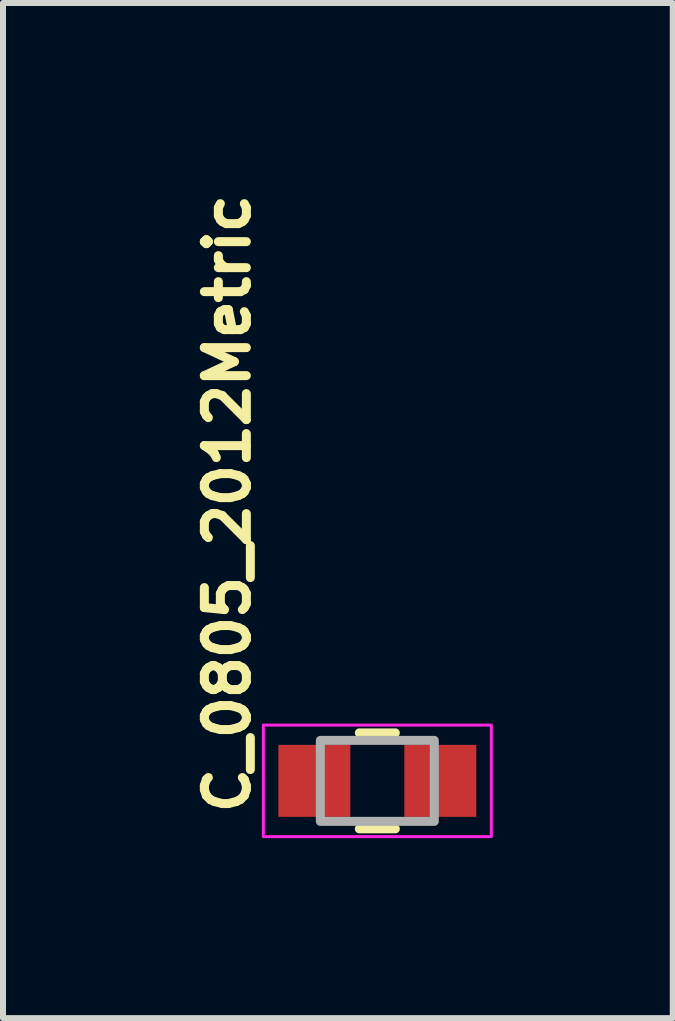
<source format=kicad_pcb>
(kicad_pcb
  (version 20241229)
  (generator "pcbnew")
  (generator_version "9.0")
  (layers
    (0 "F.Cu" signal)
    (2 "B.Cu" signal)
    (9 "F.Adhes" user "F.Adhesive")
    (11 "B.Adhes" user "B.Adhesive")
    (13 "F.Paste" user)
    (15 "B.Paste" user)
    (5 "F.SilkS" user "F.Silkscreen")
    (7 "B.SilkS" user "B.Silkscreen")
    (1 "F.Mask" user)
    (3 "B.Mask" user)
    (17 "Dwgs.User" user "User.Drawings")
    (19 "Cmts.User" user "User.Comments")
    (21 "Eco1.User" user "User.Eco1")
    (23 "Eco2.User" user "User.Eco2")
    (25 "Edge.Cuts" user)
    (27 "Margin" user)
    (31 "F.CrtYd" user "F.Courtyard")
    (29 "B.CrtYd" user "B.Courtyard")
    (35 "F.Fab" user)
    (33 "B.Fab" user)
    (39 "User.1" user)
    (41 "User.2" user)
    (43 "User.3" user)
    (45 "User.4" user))
  (footprint "C_0805_2012Metric"
    (layer "F.Cu")
    (at 3.24 9.967)
    (property "Reference" "C_0805_2012Metric" (at -2.09 0.61 270) (layer "F.SilkS") (effects (font (size 0.7 0.7) (thickness 0.15)) (justify left bottom)))
    (attr smd)
    (fp_line (start -0.3 -0.8) (end 0.3 -0.8) (stroke (width 0.15) (type solid)) (layer "F.SilkS"))
    (fp_line (start -0.3 0.8) (end 0.3 0.8) (stroke (width 0.15) (type solid)) (layer "F.SilkS"))
    (fp_rect (start -1.9 -0.93) (end 1.9 0.93) (stroke (width 0.05) (type solid)) (fill no) (layer "F.CrtYd"))
    (fp_rect (start -0.95 -0.675) (end 0.95 0.675) (stroke (width 0.15) (type solid)) (fill no) (layer "F.Fab"))
    (fp_rect (start -1 -0.624) (end 1 0.624) (stroke (width 0.1) (type solid)) (fill no) (layer "User.5"))
    (fp_line (start -1 -0.62) (end -1 -0.619) (stroke (width 0.02) (type solid)) (layer "User.9"))
    (fp_line (start -1 -0.619) (end -1 -0.619) (stroke (width 0.02) (type solid)) (layer "User.9"))
    (fp_line (start -1 -0.619) (end -1 -0.618) (stroke (width 0.02) (type solid)) (layer "User.9"))
    (fp_line (start -1 -0.618) (end -1 -0.618) (stroke (width 0.02) (type solid)) (layer "User.9"))
    (fp_line (start -1 -0.618) (end -1 -0.618) (stroke (width 0.02) (type solid)) (layer "User.9"))
    (fp_line (start -1 -0.618) (end -1 -0.617) (stroke (width 0.02) (type solid)) (layer "User.9"))
    (fp_line (start -1 -0.617) (end -1 -0.617) (stroke (width 0.02) (type solid)) (layer "User.9"))
    (fp_line (start -1 -0.617) (end -1 -0.616) (stroke (width 0.02) (type solid)) (layer "User.9"))
    (fp_line (start -1 -0.616) (end -1 -0.615) (stroke (width 0.02) (type solid)) (layer "User.9"))
    (fp_line (start -1 -0.615) (end -1 -0.615) (stroke (width 0.02) (type solid)) (layer "User.9"))
    (fp_line (start -1 -0.615) (end -1 -0.615) (stroke (width 0.02) (type solid)) (layer "User.9"))
    (fp_line (start -1 -0.615) (end -1 -0.614) (stroke (width 0.02) (type solid)) (layer "User.9"))
    (fp_line (start -1 -0.615) (end -1 0.613) (stroke (width 0.02) (type solid)) (layer "User.9"))
    (fp_line (start -1 -0.614) (end -1 -0.614) (stroke (width 0.02) (type solid)) (layer "User.9"))
    (fp_line (start -1 -0.614) (end -1 -0.613) (stroke (width 0.02) (type solid)) (layer "User.9"))
    (fp_line (start -1 -0.613) (end -1 -0.613) (stroke (width 0.02) (type solid)) (layer "User.9"))
    (fp_line (start -1 -0.613) (end -1 -0.613) (stroke (width 0.02) (type solid)) (layer "User.9"))
    (fp_line (start -1 -0.613) (end -1 -0.612) (stroke (width 0.02) (type solid)) (layer "User.9"))
    (fp_line (start -1 -0.612) (end -1 -0.612) (stroke (width 0.02) (type solid)) (layer "User.9"))
    (fp_line (start -1 -0.612) (end -1 -0.611) (stroke (width 0.02) (type solid)) (layer "User.9"))
    (fp_line (start -1 -0.611) (end -0.999 -0.611) (stroke (width 0.02) (type solid)) (layer "User.9"))
    (fp_line (start -1 0.609) (end -1 0.61) (stroke (width 0.02) (type solid)) (layer "User.9"))
    (fp_line (start -1 0.61) (end -1 0.61) (stroke (width 0.02) (type solid)) (layer "User.9"))
    (fp_line (start -1 0.61) (end -1 0.611) (stroke (width 0.02) (type solid)) (layer "User.9"))
    (fp_line (start -1 0.611) (end -1 0.611) (stroke (width 0.02) (type solid)) (layer "User.9"))
    (fp_line (start -1 0.611) (end -1 0.611) (stroke (width 0.02) (type solid)) (layer "User.9"))
    (fp_line (start -1 0.611) (end -1 0.612) (stroke (width 0.02) (type solid)) (layer "User.9"))
    (fp_line (start -1 0.612) (end -1 0.612) (stroke (width 0.02) (type solid)) (layer "User.9"))
    (fp_line (start -1 0.612) (end -1 0.613) (stroke (width 0.02) (type solid)) (layer "User.9"))
    (fp_line (start -1 0.613) (end -1 0.613) (stroke (width 0.02) (type solid)) (layer "User.9"))
    (fp_line (start -1 0.613) (end -1 0.613) (stroke (width 0.02) (type solid)) (layer "User.9"))
    (fp_line (start -1 0.613) (end -1 0.614) (stroke (width 0.02) (type solid)) (layer "User.9"))
    (fp_line (start -1 0.614) (end -1 0.615) (stroke (width 0.02) (type solid)) (layer "User.9"))
    (fp_line (start -1 0.615) (end -1 0.615) (stroke (width 0.02) (type solid)) (layer "User.9"))
    (fp_line (start -1 0.615) (end -1 0.616) (stroke (width 0.02) (type solid)) (layer "User.9"))
    (fp_line (start -1 0.616) (end -1 0.616) (stroke (width 0.02) (type solid)) (layer "User.9"))
    (fp_line (start -1 0.616) (end -1 0.616) (stroke (width 0.02) (type solid)) (layer "User.9"))
    (fp_line (start -1 0.616) (end -1 0.617) (stroke (width 0.02) (type solid)) (layer "User.9"))
    (fp_line (start -1 0.617) (end -1 0.617) (stroke (width 0.02) (type solid)) (layer "User.9"))
    (fp_line (start -1 0.617) (end -1 0.618) (stroke (width 0.02) (type solid)) (layer "User.9"))
    (fp_line (start -1 0.618) (end -0.999 0.618) (stroke (width 0.02) (type solid)) (layer "User.9"))
    (fp_line (start -0.999 -0.621) (end -0.999 -0.621) (stroke (width 0.02) (type solid)) (layer "User.9"))
    (fp_line (start -0.999 -0.621) (end -0.999 -0.621) (stroke (width 0.02) (type solid)) (layer "User.9"))
    (fp_line (start -0.999 -0.621) (end -0.999 -0.62) (stroke (width 0.02) (type solid)) (layer "User.9"))
    (fp_line (start -0.999 -0.62) (end -1 -0.62) (stroke (width 0.02) (type solid)) (layer "User.9"))
    (fp_line (start -0.999 -0.611) (end -0.999 -0.61) (stroke (width 0.02) (type solid)) (layer "User.9"))
    (fp_line (start -0.999 -0.61) (end -0.999 -0.61) (stroke (width 0.02) (type solid)) (layer "User.9"))
    (fp_line (start -0.999 -0.61) (end -0.999 -0.61) (stroke (width 0.02) (type solid)) (layer "User.9"))
    (fp_line (start -0.999 -0.61) (end -0.998 -0.609) (stroke (width 0.02) (type solid)) (layer "User.9"))
    (fp_line (start -0.999 0.608) (end -0.999 0.608) (stroke (width 0.02) (type solid)) (layer "User.9"))
    (fp_line (start -0.999 0.608) (end -0.999 0.608) (stroke (width 0.02) (type solid)) (layer "User.9"))
    (fp_line (start -0.999 0.608) (end -0.999 0.609) (stroke (width 0.02) (type solid)) (layer "User.9"))
    (fp_line (start -0.999 0.609) (end -1 0.609) (stroke (width 0.02) (type solid)) (layer "User.9"))
    (fp_line (start -0.999 0.618) (end -0.999 0.619) (stroke (width 0.02) (type solid)) (layer "User.9"))
    (fp_line (start -0.999 0.619) (end -0.999 0.619) (stroke (width 0.02) (type solid)) (layer "User.9"))
    (fp_line (start -0.999 0.619) (end -0.999 0.619) (stroke (width 0.02) (type solid)) (layer "User.9"))
    (fp_line (start -0.999 0.619) (end -0.998 0.62) (stroke (width 0.02) (type solid)) (layer "User.9"))
    (fp_line (start -0.998 -0.623) (end -0.998 -0.622) (stroke (width 0.02) (type solid)) (layer "User.9"))
    (fp_line (start -0.998 -0.622) (end -0.999 -0.621) (stroke (width 0.02) (type solid)) (layer "User.9"))
    (fp_line (start -0.998 -0.622) (end -0.998 -0.622) (stroke (width 0.02) (type solid)) (layer "User.9"))
    (fp_line (start -0.998 -0.609) (end -0.998 -0.609) (stroke (width 0.02) (type solid)) (layer "User.9"))
    (fp_line (start -0.998 -0.609) (end -0.998 -0.608) (stroke (width 0.02) (type solid)) (layer "User.9"))
    (fp_line (start -0.998 -0.608) (end -0.997 -0.608) (stroke (width 0.02) (type solid)) (layer "User.9"))
    (fp_line (start -0.998 0.606) (end -0.998 0.607) (stroke (width 0.02) (type solid)) (layer "User.9"))
    (fp_line (start -0.998 0.607) (end -0.999 0.608) (stroke (width 0.02) (type solid)) (layer "User.9"))
    (fp_line (start -0.998 0.607) (end -0.998 0.607) (stroke (width 0.02) (type solid)) (layer "User.9"))
    (fp_line (start -0.998 0.62) (end -0.998 0.62) (stroke (width 0.02) (type solid)) (layer "User.9"))
    (fp_line (start -0.998 0.62) (end -0.998 0.621) (stroke (width 0.02) (type solid)) (layer "User.9"))
    (fp_line (start -0.998 0.621) (end -0.997 0.621) (stroke (width 0.02) (type solid)) (layer "User.9"))
    (fp_line (start -0.997 -0.623) (end -0.998 -0.623) (stroke (width 0.02) (type solid)) (layer "User.9"))
    (fp_line (start -0.997 -0.623) (end -0.997 -0.623) (stroke (width 0.02) (type solid)) (layer "User.9"))
    (fp_line (start -0.997 -0.608) (end -0.997 -0.608) (stroke (width 0.02) (type solid)) (layer "User.9"))
    (fp_line (start -0.997 -0.608) (end -0.996 -0.607) (stroke (width 0.02) (type solid)) (layer "User.9"))
    (fp_line (start -0.997 0.606) (end -0.998 0.606) (stroke (width 0.02) (type solid)) (layer "User.9"))
    (fp_line (start -0.997 0.606) (end -0.997 0.606) (stroke (width 0.02) (type solid)) (layer "User.9"))
    (fp_line (start -0.997 0.621) (end -0.997 0.621) (stroke (width 0.02) (type solid)) (layer "User.9"))
    (fp_line (start -0.997 0.621) (end -0.996 0.622) (stroke (width 0.02) (type solid)) (layer "User.9"))
    (fp_line (start -0.996 -0.624) (end -0.997 -0.623) (stroke (width 0.02) (type solid)) (layer "User.9"))
    (fp_line (start -0.996 -0.624) (end -0.996 -0.624) (stroke (width 0.02) (type solid)) (layer "User.9"))
    (fp_line (start -0.996 -0.624) (end -0.996 -0.624) (stroke (width 0.02) (type solid)) (layer "User.9"))
    (fp_line (start -0.996 -0.607) (end -0.996 -0.607) (stroke (width 0.02) (type solid)) (layer "User.9"))
    (fp_line (start -0.996 -0.607) (end -0.996 -0.607) (stroke (width 0.02) (type solid)) (layer "User.9"))
    (fp_line (start -0.996 -0.607) (end -0.995 -0.607) (stroke (width 0.02) (type solid)) (layer "User.9"))
    (fp_line (start -0.996 0.605) (end -0.997 0.606) (stroke (width 0.02) (type solid)) (layer "User.9"))
    (fp_line (start -0.996 0.605) (end -0.996 0.605) (stroke (width 0.02) (type solid)) (layer "User.9"))
    (fp_line (start -0.996 0.605) (end -0.996 0.605) (stroke (width 0.02) (type solid)) (layer "User.9"))
    (fp_line (start -0.996 0.622) (end -0.996 0.622) (stroke (width 0.02) (type solid)) (layer "User.9"))
    (fp_line (start -0.996 0.622) (end -0.996 0.622) (stroke (width 0.02) (type solid)) (layer "User.9"))
    (fp_line (start -0.996 0.622) (end -0.995 0.622) (stroke (width 0.02) (type solid)) (layer "User.9"))
    (fp_line (start -0.995 -0.625) (end -0.995 -0.624) (stroke (width 0.02) (type solid)) (layer "User.9"))
    (fp_line (start -0.995 -0.624) (end -0.996 -0.624) (stroke (width 0.02) (type solid)) (layer "User.9"))
    (fp_line (start -0.995 -0.607) (end -0.995 -0.606) (stroke (width 0.02) (type solid)) (layer "User.9"))
    (fp_line (start -0.995 -0.606) (end -0.994 -0.606) (stroke (width 0.02) (type solid)) (layer "User.9"))
    (fp_line (start -0.995 0.604) (end -0.995 0.605) (stroke (width 0.02) (type solid)) (layer "User.9"))
    (fp_line (start -0.995 0.605) (end -0.996 0.605) (stroke (width 0.02) (type solid)) (layer "User.9"))
    (fp_line (start -0.995 0.622) (end -0.995 0.623) (stroke (width 0.02) (type solid)) (layer "User.9"))
    (fp_line (start -0.995 0.623) (end -0.994 0.623) (stroke (width 0.02) (type solid)) (layer "User.9"))
    (fp_line (start -0.994 -0.625) (end -0.995 -0.625) (stroke (width 0.02) (type solid)) (layer "User.9"))
    (fp_line (start -0.994 -0.625) (end -0.994 -0.625) (stroke (width 0.02) (type solid)) (layer "User.9"))
    (fp_line (start -0.994 -0.606) (end -0.994 -0.606) (stroke (width 0.02) (type solid)) (layer "User.9"))
    (fp_line (start -0.994 -0.606) (end -0.993 -0.606) (stroke (width 0.02) (type solid)) (layer "User.9"))
    (fp_line (start -0.994 0.604) (end -0.995 0.604) (stroke (width 0.02) (type solid)) (layer "User.9"))
    (fp_line (start -0.994 0.604) (end -0.994 0.604) (stroke (width 0.02) (type solid)) (layer "User.9"))
    (fp_line (start -0.994 0.623) (end -0.994 0.623) (stroke (width 0.02) (type solid)) (layer "User.9"))
    (fp_line (start -0.994 0.623) (end -0.993 0.623) (stroke (width 0.02) (type solid)) (layer "User.9"))
    (fp_line (start -0.993 -0.625) (end -0.994 -0.625) (stroke (width 0.02) (type solid)) (layer "User.9"))
    (fp_line (start -0.993 -0.625) (end -0.993 -0.625) (stroke (width 0.02) (type solid)) (layer "User.9"))
    (fp_line (start -0.993 -0.625) (end -0.993 -0.625) (stroke (width 0.02) (type solid)) (layer "User.9"))
    (fp_line (start -0.993 -0.606) (end -0.993 -0.606) (stroke (width 0.02) (type solid)) (layer "User.9"))
    (fp_line (start -0.993 -0.606) (end -0.993 -0.606) (stroke (width 0.02) (type solid)) (layer "User.9"))
    (fp_line (start -0.993 -0.606) (end -0.992 -0.606) (stroke (width 0.02) (type solid)) (layer "User.9"))
    (fp_line (start -0.993 0.604) (end -0.994 0.604) (stroke (width 0.02) (type solid)) (layer "User.9"))
    (fp_line (start -0.993 0.604) (end -0.993 0.604) (stroke (width 0.02) (type solid)) (layer "User.9"))
    (fp_line (start -0.993 0.604) (end -0.993 0.604) (stroke (width 0.02) (type solid)) (layer "User.9"))
    (fp_line (start -0.993 0.623) (end -0.993 0.623) (stroke (width 0.02) (type solid)) (layer "User.9"))
    (fp_line (start -0.993 0.623) (end -0.993 0.623) (stroke (width 0.02) (type solid)) (layer "User.9"))
    (fp_line (start -0.993 0.623) (end -0.992 0.623) (stroke (width 0.02) (type solid)) (layer "User.9"))
    (fp_line (start -0.992 -0.625) (end -0.993 -0.625) (stroke (width 0.02) (type solid)) (layer "User.9"))
    (fp_line (start -0.992 -0.625) (end -0.992 -0.625) (stroke (width 0.02) (type solid)) (layer "User.9"))
    (fp_line (start -0.992 -0.606) (end -0.992 -0.606) (stroke (width 0.02) (type solid)) (layer "User.9"))
    (fp_line (start -0.992 -0.606) (end -0.991 -0.606) (stroke (width 0.02) (type solid)) (layer "User.9"))
    (fp_line (start -0.992 0.604) (end -0.993 0.604) (stroke (width 0.02) (type solid)) (layer "User.9"))
    (fp_line (start -0.992 0.604) (end -0.992 0.604) (stroke (width 0.02) (type solid)) (layer "User.9"))
    (fp_line (start -0.992 0.623) (end -0.992 0.623) (stroke (width 0.02) (type solid)) (layer "User.9"))
    (fp_line (start -0.992 0.623) (end -0.991 0.623) (stroke (width 0.02) (type solid)) (layer "User.9"))
    (fp_line (start -0.991 -0.625) (end -0.992 -0.625) (stroke (width 0.02) (type solid)) (layer "User.9"))
    (fp_line (start -0.991 -0.606) (end -0.99 -0.605) (stroke (width 0.02) (type solid)) (layer "User.9"))
    (fp_line (start -0.991 0.604) (end -0.992 0.604) (stroke (width 0.02) (type solid)) (layer "User.9"))
    (fp_line (start -0.991 0.623) (end -0.99 0.623) (stroke (width 0.02) (type solid)) (layer "User.9"))
    (fp_line (start -0.99 -0.625) (end -0.991 -0.625) (stroke (width 0.02) (type solid)) (layer "User.9"))
    (fp_line (start -0.99 -0.625) (end -0.99 -0.625) (stroke (width 0.02) (type solid)) (layer "User.9"))
    (fp_line (start -0.99 -0.625) (end -0.99 -0.625) (stroke (width 0.02) (type solid)) (layer "User.9"))
    (fp_line (start -0.99 -0.606) (end -0.989 -0.606) (stroke (width 0.02) (type solid)) (layer "User.9"))
    (fp_line (start -0.99 -0.605) (end -0.99 -0.606) (stroke (width 0.02) (type solid)) (layer "User.9"))
    (fp_line (start -0.99 -0.605) (end -0.99 -0.605) (stroke (width 0.02) (type solid)) (layer "User.9"))
    (fp_line (start -0.99 0.604) (end -0.991 0.604) (stroke (width 0.02) (type solid)) (layer "User.9"))
    (fp_line (start -0.99 0.604) (end -0.99 0.604) (stroke (width 0.02) (type solid)) (layer "User.9"))
    (fp_line (start -0.99 0.604) (end -0.99 0.604) (stroke (width 0.02) (type solid)) (layer "User.9"))
    (fp_line (start -0.99 0.623) (end -0.99 0.623) (stroke (width 0.02) (type solid)) (layer "User.9"))
    (fp_line (start -0.99 0.623) (end -0.99 0.623) (stroke (width 0.02) (type solid)) (layer "User.9"))
    (fp_line (start -0.99 0.623) (end -0.989 0.623) (stroke (width 0.02) (type solid)) (layer "User.9"))
    (fp_line (start -0.99 0.623) (end -0.5 0.623) (stroke (width 0.02) (type solid)) (layer "User.9"))
    (fp_line (start -0.989 -0.625) (end -0.99 -0.625) (stroke (width 0.02) (type solid)) (layer "User.9"))
    (fp_line (start -0.989 -0.625) (end -0.989 -0.625) (stroke (width 0.02) (type solid)) (layer "User.9"))
    (fp_line (start -0.989 -0.606) (end -0.989 -0.606) (stroke (width 0.02) (type solid)) (layer "User.9"))
    (fp_line (start -0.989 -0.606) (end -0.988 -0.606) (stroke (width 0.02) (type solid)) (layer "User.9"))
    (fp_line (start -0.989 0.604) (end -0.99 0.604) (stroke (width 0.02) (type solid)) (layer "User.9"))
    (fp_line (start -0.989 0.604) (end -0.989 0.604) (stroke (width 0.02) (type solid)) (layer "User.9"))
    (fp_line (start -0.989 0.623) (end -0.989 0.623) (stroke (width 0.02) (type solid)) (layer "User.9"))
    (fp_line (start -0.989 0.623) (end -0.988 0.623) (stroke (width 0.02) (type solid)) (layer "User.9"))
    (fp_line (start -0.988 -0.625) (end -0.989 -0.625) (stroke (width 0.02) (type solid)) (layer "User.9"))
    (fp_line (start -0.988 -0.625) (end -0.988 -0.625) (stroke (width 0.02) (type solid)) (layer "User.9"))
    (fp_line (start -0.988 -0.625) (end -0.988 -0.625) (stroke (width 0.02) (type solid)) (layer "User.9"))
    (fp_line (start -0.988 -0.606) (end -0.988 -0.606) (stroke (width 0.02) (type solid)) (layer "User.9"))
    (fp_line (start -0.988 -0.606) (end -0.988 -0.606) (stroke (width 0.02) (type solid)) (layer "User.9"))
    (fp_line (start -0.988 -0.606) (end -0.987 -0.606) (stroke (width 0.02) (type solid)) (layer "User.9"))
    (fp_line (start -0.988 0.604) (end -0.989 0.604) (stroke (width 0.02) (type solid)) (layer "User.9"))
    (fp_line (start -0.988 0.604) (end -0.988 0.604) (stroke (width 0.02) (type solid)) (layer "User.9"))
    (fp_line (start -0.988 0.604) (end -0.988 0.604) (stroke (width 0.02) (type solid)) (layer "User.9"))
    (fp_line (start -0.988 0.623) (end -0.988 0.623) (stroke (width 0.02) (type solid)) (layer "User.9"))
    (fp_line (start -0.988 0.623) (end -0.988 0.623) (stroke (width 0.02) (type solid)) (layer "User.9"))
    (fp_line (start -0.988 0.623) (end -0.987 0.623) (stroke (width 0.02) (type solid)) (layer "User.9"))
    (fp_line (start -0.987 -0.625) (end -0.988 -0.625) (stroke (width 0.02) (type solid)) (layer "User.9"))
    (fp_line (start -0.987 -0.625) (end -0.987 -0.625) (stroke (width 0.02) (type solid)) (layer "User.9"))
    (fp_line (start -0.987 -0.606) (end -0.987 -0.606) (stroke (width 0.02) (type solid)) (layer "User.9"))
    (fp_line (start -0.987 -0.606) (end -0.986 -0.606) (stroke (width 0.02) (type solid)) (layer "User.9"))
    (fp_line (start -0.987 0.604) (end -0.988 0.604) (stroke (width 0.02) (type solid)) (layer "User.9"))
    (fp_line (start -0.987 0.604) (end -0.987 0.604) (stroke (width 0.02) (type solid)) (layer "User.9"))
    (fp_line (start -0.987 0.623) (end -0.987 0.623) (stroke (width 0.02) (type solid)) (layer "User.9"))
    (fp_line (start -0.987 0.623) (end -0.986 0.623) (stroke (width 0.02) (type solid)) (layer "User.9"))
    (fp_line (start -0.986 -0.625) (end -0.987 -0.625) (stroke (width 0.02) (type solid)) (layer "User.9"))
    (fp_line (start -0.986 -0.624) (end -0.986 -0.625) (stroke (width 0.02) (type solid)) (layer "User.9"))
    (fp_line (start -0.986 -0.607) (end -0.985 -0.607) (stroke (width 0.02) (type solid)) (layer "User.9"))
    (fp_line (start -0.986 -0.606) (end -0.986 -0.607) (stroke (width 0.02) (type solid)) (layer "User.9"))
    (fp_line (start -0.986 0.604) (end -0.987 0.604) (stroke (width 0.02) (type solid)) (layer "User.9"))
    (fp_line (start -0.986 0.605) (end -0.986 0.604) (stroke (width 0.02) (type solid)) (layer "User.9"))
    (fp_line (start -0.986 0.622) (end -0.985 0.622) (stroke (width 0.02) (type solid)) (layer "User.9"))
    (fp_line (start -0.986 0.623) (end -0.986 0.622) (stroke (width 0.02) (type solid)) (layer "User.9"))
    (fp_line (start -0.985 -0.624) (end -0.986 -0.624) (stroke (width 0.02) (type solid)) (layer "User.9"))
    (fp_line (start -0.985 -0.624) (end -0.985 -0.624) (stroke (width 0.02) (type solid)) (layer "User.9"))
    (fp_line (start -0.985 -0.624) (end -0.985 -0.624) (stroke (width 0.02) (type solid)) (layer "User.9"))
    (fp_line (start -0.985 -0.607) (end -0.985 -0.607) (stroke (width 0.02) (type solid)) (layer "User.9"))
    (fp_line (start -0.985 -0.607) (end -0.985 -0.607) (stroke (width 0.02) (type solid)) (layer "User.9"))
    (fp_line (start -0.985 -0.607) (end -0.984 -0.608) (stroke (width 0.02) (type solid)) (layer "User.9"))
    (fp_line (start -0.985 0.605) (end -0.986 0.605) (stroke (width 0.02) (type solid)) (layer "User.9"))
    (fp_line (start -0.985 0.605) (end -0.985 0.605) (stroke (width 0.02) (type solid)) (layer "User.9"))
    (fp_line (start -0.985 0.605) (end -0.985 0.605) (stroke (width 0.02) (type solid)) (layer "User.9"))
    (fp_line (start -0.985 0.622) (end -0.985 0.622) (stroke (width 0.02) (type solid)) (layer "User.9"))
    (fp_line (start -0.985 0.622) (end -0.985 0.622) (stroke (width 0.02) (type solid)) (layer "User.9"))
    (fp_line (start -0.985 0.622) (end -0.984 0.621) (stroke (width 0.02) (type solid)) (layer "User.9"))
    (fp_line (start -0.984 -0.623) (end -0.985 -0.624) (stroke (width 0.02) (type solid)) (layer "User.9"))
    (fp_line (start -0.984 -0.623) (end -0.984 -0.623) (stroke (width 0.02) (type solid)) (layer "User.9"))
    (fp_line (start -0.984 -0.608) (end -0.984 -0.608) (stroke (width 0.02) (type solid)) (layer "User.9"))
    (fp_line (start -0.984 -0.608) (end -0.983 -0.608) (stroke (width 0.02) (type solid)) (layer "User.9"))
    (fp_line (start -0.984 0.606) (end -0.985 0.605) (stroke (width 0.02) (type solid)) (layer "User.9"))
    (fp_line (start -0.984 0.606) (end -0.984 0.606) (stroke (width 0.02) (type solid)) (layer "User.9"))
    (fp_line (start -0.984 0.621) (end -0.984 0.621) (stroke (width 0.02) (type solid)) (layer "User.9"))
    (fp_line (start -0.984 0.621) (end -0.983 0.621) (stroke (width 0.02) (type solid)) (layer "User.9"))
    (fp_line (start -0.983 -0.623) (end -0.984 -0.623) (stroke (width 0.02) (type solid)) (layer "User.9"))
    (fp_line (start -0.983 -0.622) (end -0.983 -0.623) (stroke (width 0.02) (type solid)) (layer "User.9"))
    (fp_line (start -0.983 -0.622) (end -0.983 -0.622) (stroke (width 0.02) (type solid)) (layer "User.9"))
    (fp_line (start -0.983 -0.609) (end -0.983 -0.609) (stroke (width 0.02) (type solid)) (layer "User.9"))
    (fp_line (start -0.983 -0.609) (end -0.982 -0.61) (stroke (width 0.02) (type solid)) (layer "User.9"))
    (fp_line (start -0.983 -0.608) (end -0.983 -0.609) (stroke (width 0.02) (type solid)) (layer "User.9"))
    (fp_line (start -0.983 0.606) (end -0.984 0.606) (stroke (width 0.02) (type solid)) (layer "User.9"))
    (fp_line (start -0.983 0.607) (end -0.983 0.606) (stroke (width 0.02) (type solid)) (layer "User.9"))
    (fp_line (start -0.983 0.607) (end -0.983 0.607) (stroke (width 0.02) (type solid)) (layer "User.9"))
    (fp_line (start -0.983 0.62) (end -0.983 0.62) (stroke (width 0.02) (type solid)) (layer "User.9"))
    (fp_line (start -0.983 0.62) (end -0.982 0.619) (stroke (width 0.02) (type solid)) (layer "User.9"))
    (fp_line (start -0.983 0.621) (end -0.983 0.62) (stroke (width 0.02) (type solid)) (layer "User.9"))
    (fp_line (start -0.982 -0.621) (end -0.983 -0.622) (stroke (width 0.02) (type solid)) (layer "User.9"))
    (fp_line (start -0.982 -0.621) (end -0.982 -0.621) (stroke (width 0.02) (type solid)) (layer "User.9"))
    (fp_line (start -0.982 -0.621) (end -0.982 -0.621) (stroke (width 0.02) (type solid)) (layer "User.9"))
    (fp_line (start -0.982 -0.62) (end -0.982 -0.621) (stroke (width 0.02) (type solid)) (layer "User.9"))
    (fp_line (start -0.982 -0.611) (end -0.981 -0.611) (stroke (width 0.02) (type solid)) (layer "User.9"))
    (fp_line (start -0.982 -0.61) (end -0.982 -0.611) (stroke (width 0.02) (type solid)) (layer "User.9"))
    (fp_line (start -0.982 -0.61) (end -0.982 -0.61) (stroke (width 0.02) (type solid)) (layer "User.9"))
    (fp_line (start -0.982 -0.61) (end -0.982 -0.61) (stroke (width 0.02) (type solid)) (layer "User.9"))
    (fp_line (start -0.982 0.608) (end -0.983 0.607) (stroke (width 0.02) (type solid)) (layer "User.9"))
    (fp_line (start -0.982 0.608) (end -0.982 0.608) (stroke (width 0.02) (type solid)) (layer "User.9"))
    (fp_line (start -0.982 0.608) (end -0.982 0.608) (stroke (width 0.02) (type solid)) (layer "User.9"))
    (fp_line (start -0.982 0.609) (end -0.982 0.608) (stroke (width 0.02) (type solid)) (layer "User.9"))
    (fp_line (start -0.982 0.618) (end -0.981 0.618) (stroke (width 0.02) (type solid)) (layer "User.9"))
    (fp_line (start -0.982 0.619) (end -0.982 0.618) (stroke (width 0.02) (type solid)) (layer "User.9"))
    (fp_line (start -0.982 0.619) (end -0.982 0.619) (stroke (width 0.02) (type solid)) (layer "User.9"))
    (fp_line (start -0.982 0.619) (end -0.982 0.619) (stroke (width 0.02) (type solid)) (layer "User.9"))
    (fp_line (start -0.981 -0.62) (end -0.982 -0.62) (stroke (width 0.02) (type solid)) (layer "User.9"))
    (fp_line (start -0.981 -0.619) (end -0.981 -0.62) (stroke (width 0.02) (type solid)) (layer "User.9"))
    (fp_line (start -0.981 -0.619) (end -0.981 -0.619) (stroke (width 0.02) (type solid)) (layer "User.9"))
    (fp_line (start -0.981 -0.618) (end -0.981 -0.619) (stroke (width 0.02) (type solid)) (layer "User.9"))
    (fp_line (start -0.981 -0.618) (end -0.981 -0.618) (stroke (width 0.02) (type solid)) (layer "User.9"))
    (fp_line (start -0.981 -0.618) (end -0.981 -0.618) (stroke (width 0.02) (type solid)) (layer "User.9"))
    (fp_line (start -0.981 -0.617) (end -0.981 -0.618) (stroke (width 0.02) (type solid)) (layer "User.9"))
    (fp_line (start -0.981 -0.617) (end -0.981 -0.617) (stroke (width 0.02) (type solid)) (layer "User.9"))
    (fp_line (start -0.981 -0.616) (end -0.981 -0.617) (stroke (width 0.02) (type solid)) (layer "User.9"))
    (fp_line (start -0.981 -0.615) (end -0.98 -0.615) (stroke (width 0.02) (type solid)) (layer "User.9"))
    (fp_line (start -0.981 -0.614) (end -0.981 -0.615) (stroke (width 0.02) (type solid)) (layer "User.9"))
    (fp_line (start -0.981 -0.614) (end -0.981 -0.614) (stroke (width 0.02) (type solid)) (layer "User.9"))
    (fp_line (start -0.981 -0.613) (end -0.981 -0.614) (stroke (width 0.02) (type solid)) (layer "User.9"))
    (fp_line (start -0.981 -0.613) (end -0.981 -0.613) (stroke (width 0.02) (type solid)) (layer "User.9"))
    (fp_line (start -0.981 -0.613) (end -0.981 -0.613) (stroke (width 0.02) (type solid)) (layer "User.9"))
    (fp_line (start -0.981 -0.612) (end -0.981 -0.613) (stroke (width 0.02) (type solid)) (layer "User.9"))
    (fp_line (start -0.981 -0.612) (end -0.981 -0.612) (stroke (width 0.02) (type solid)) (layer "User.9"))
    (fp_line (start -0.981 -0.611) (end -0.981 -0.612) (stroke (width 0.02) (type solid)) (layer "User.9"))
    (fp_line (start -0.981 0.609) (end -0.982 0.609) (stroke (width 0.02) (type solid)) (layer "User.9"))
    (fp_line (start -0.981 0.61) (end -0.981 0.609) (stroke (width 0.02) (type solid)) (layer "User.9"))
    (fp_line (start -0.981 0.61) (end -0.981 0.61) (stroke (width 0.02) (type solid)) (layer "User.9"))
    (fp_line (start -0.981 0.611) (end -0.981 0.61) (stroke (width 0.02) (type solid)) (layer "User.9"))
    (fp_line (start -0.981 0.611) (end -0.981 0.611) (stroke (width 0.02) (type solid)) (layer "User.9"))
    (fp_line (start -0.981 0.611) (end -0.981 0.611) (stroke (width 0.02) (type solid)) (layer "User.9"))
    (fp_line (start -0.981 0.612) (end -0.981 0.611) (stroke (width 0.02) (type solid)) (layer "User.9"))
    (fp_line (start -0.981 0.612) (end -0.981 0.612) (stroke (width 0.02) (type solid)) (layer "User.9"))
    (fp_line (start -0.981 0.613) (end -0.981 0.612) (stroke (width 0.02) (type solid)) (layer "User.9"))
    (fp_line (start -0.981 0.614) (end -0.98 0.613) (stroke (width 0.02) (type solid)) (layer "User.9"))
    (fp_line (start -0.981 0.615) (end -0.981 0.614) (stroke (width 0.02) (type solid)) (layer "User.9"))
    (fp_line (start -0.981 0.615) (end -0.981 0.615) (stroke (width 0.02) (type solid)) (layer "User.9"))
    (fp_line (start -0.981 0.616) (end -0.981 0.615) (stroke (width 0.02) (type solid)) (layer "User.9"))
    (fp_line (start -0.981 0.616) (end -0.981 0.616) (stroke (width 0.02) (type solid)) (layer "User.9"))
    (fp_line (start -0.981 0.616) (end -0.981 0.616) (stroke (width 0.02) (type solid)) (layer "User.9"))
    (fp_line (start -0.981 0.617) (end -0.981 0.616) (stroke (width 0.02) (type solid)) (layer "User.9"))
    (fp_line (start -0.981 0.617) (end -0.981 0.617) (stroke (width 0.02) (type solid)) (layer "User.9"))
    (fp_line (start -0.981 0.618) (end -0.981 0.617) (stroke (width 0.02) (type solid)) (layer "User.9"))
    (fp_line (start -0.98 -0.615) (end -0.981 -0.616) (stroke (width 0.02) (type solid)) (layer "User.9"))
    (fp_line (start -0.98 -0.615) (end -0.98 -0.615) (stroke (width 0.02) (type solid)) (layer "User.9"))
    (fp_line (start -0.98 -0.615) (end -0.98 -0.615) (stroke (width 0.02) (type solid)) (layer "User.9"))
    (fp_line (start -0.98 0.613) (end -0.981 0.613) (stroke (width 0.02) (type solid)) (layer "User.9"))
    (fp_line (start -0.98 0.613) (end -0.98 0.613) (stroke (width 0.02) (type solid)) (layer "User.9"))
    (fp_line (start -0.98 0.613) (end -0.98 0.613) (stroke (width 0.02) (type solid)) (layer "User.9"))
    (fp_line (start -0.5 -0.625) (end -0.99 -0.625) (stroke (width 0.02) (type solid)) (layer "User.9"))
    (fp_line (start -0.5 -0.615) (end -0.5 -0.625) (stroke (width 0.02) (type solid)) (layer "User.9"))
    (fp_line (start -0.5 0.609) (end 0.498 0.609) (stroke (width 0.02) (type solid)) (layer "User.9"))
    (fp_line (start -0.5 0.613) (end -0.5 -0.615) (stroke (width 0.02) (type solid)) (layer "User.9"))
    (fp_line (start -0.5 0.623) (end -0.5 0.613) (stroke (width 0.02) (type solid)) (layer "User.9"))
    (fp_line (start 0.498 -0.625) (end 0.498 -0.615) (stroke (width 0.02) (type solid)) (layer "User.9"))
    (fp_line (start 0.498 -0.615) (end 0.498 0.613) (stroke (width 0.02) (type solid)) (layer "User.9"))
    (fp_line (start 0.498 -0.61) (end -0.5 -0.61) (stroke (width 0.02) (type solid)) (layer "User.9"))
    (fp_line (start 0.498 0.613) (end 0.498 0.623) (stroke (width 0.02) (type solid)) (layer "User.9"))
    (fp_line (start 0.498 0.623) (end 0.988 0.623) (stroke (width 0.02) (type solid)) (layer "User.9"))
    (fp_line (start 0.978 -0.615) (end 0.978 -0.615) (stroke (width 0.02) (type solid)) (layer "User.9"))
    (fp_line (start 0.978 -0.615) (end 0.979 -0.615) (stroke (width 0.02) (type solid)) (layer "User.9"))
    (fp_line (start 0.978 0.613) (end 0.978 0.613) (stroke (width 0.02) (type solid)) (layer "User.9"))
    (fp_line (start 0.978 0.613) (end 0.979 0.614) (stroke (width 0.02) (type solid)) (layer "User.9"))
    (fp_line (start 0.979 -0.62) (end 0.979 -0.619) (stroke (width 0.02) (type solid)) (layer "User.9"))
    (fp_line (start 0.979 -0.619) (end 0.979 -0.619) (stroke (width 0.02) (type solid)) (layer "User.9"))
    (fp_line (start 0.979 -0.619) (end 0.979 -0.618) (stroke (width 0.02) (type solid)) (layer "User.9"))
    (fp_line (start 0.979 -0.618) (end 0.979 -0.618) (stroke (width 0.02) (type solid)) (layer "User.9"))
    (fp_line (start 0.979 -0.618) (end 0.979 -0.618) (stroke (width 0.02) (type solid)) (layer "User.9"))
    (fp_line (start 0.979 -0.618) (end 0.979 -0.617) (stroke (width 0.02) (type solid)) (layer "User.9"))
    (fp_line (start 0.979 -0.617) (end 0.979 -0.617) (stroke (width 0.02) (type solid)) (layer "User.9"))
    (fp_line (start 0.979 -0.617) (end 0.979 -0.616) (stroke (width 0.02) (type solid)) (layer "User.9"))
    (fp_line (start 0.979 -0.616) (end 0.978 -0.615) (stroke (width 0.02) (type solid)) (layer "User.9"))
    (fp_line (start 0.979 -0.615) (end 0.979 -0.614) (stroke (width 0.02) (type solid)) (layer "User.9"))
    (fp_line (start 0.979 -0.614) (end 0.979 -0.614) (stroke (width 0.02) (type solid)) (layer "User.9"))
    (fp_line (start 0.979 -0.614) (end 0.979 -0.613) (stroke (width 0.02) (type solid)) (layer "User.9"))
    (fp_line (start 0.979 -0.613) (end 0.979 -0.613) (stroke (width 0.02) (type solid)) (layer "User.9"))
    (fp_line (start 0.979 -0.613) (end 0.979 -0.613) (stroke (width 0.02) (type solid)) (layer "User.9"))
    (fp_line (start 0.979 -0.613) (end 0.979 -0.612) (stroke (width 0.02) (type solid)) (layer "User.9"))
    (fp_line (start 0.979 -0.612) (end 0.979 -0.612) (stroke (width 0.02) (type solid)) (layer "User.9"))
    (fp_line (start 0.979 -0.612) (end 0.979 -0.611) (stroke (width 0.02) (type solid)) (layer "User.9"))
    (fp_line (start 0.979 -0.611) (end 0.98 -0.611) (stroke (width 0.02) (type solid)) (layer "User.9"))
    (fp_line (start 0.979 0.609) (end 0.979 0.61) (stroke (width 0.02) (type solid)) (layer "User.9"))
    (fp_line (start 0.979 0.61) (end 0.979 0.61) (stroke (width 0.02) (type solid)) (layer "User.9"))
    (fp_line (start 0.979 0.61) (end 0.979 0.611) (stroke (width 0.02) (type solid)) (layer "User.9"))
    (fp_line (start 0.979 0.611) (end 0.979 0.611) (stroke (width 0.02) (type solid)) (layer "User.9"))
    (fp_line (start 0.979 0.611) (end 0.979 0.611) (stroke (width 0.02) (type solid)) (layer "User.9"))
    (fp_line (start 0.979 0.611) (end 0.979 0.612) (stroke (width 0.02) (type solid)) (layer "User.9"))
    (fp_line (start 0.979 0.612) (end 0.979 0.612) (stroke (width 0.02) (type solid)) (layer "User.9"))
    (fp_line (start 0.979 0.612) (end 0.979 0.613) (stroke (width 0.02) (type solid)) (layer "User.9"))
    (fp_line (start 0.979 0.613) (end 0.978 0.613) (stroke (width 0.02) (type solid)) (layer "User.9"))
    (fp_line (start 0.979 0.614) (end 0.979 0.615) (stroke (width 0.02) (type solid)) (layer "User.9"))
    (fp_line (start 0.979 0.615) (end 0.979 0.615) (stroke (width 0.02) (type solid)) (layer "User.9"))
    (fp_line (start 0.979 0.615) (end 0.979 0.616) (stroke (width 0.02) (type solid)) (layer "User.9"))
    (fp_line (start 0.979 0.616) (end 0.979 0.616) (stroke (width 0.02) (type solid)) (layer "User.9"))
    (fp_line (start 0.979 0.616) (end 0.979 0.616) (stroke (width 0.02) (type solid)) (layer "User.9"))
    (fp_line (start 0.979 0.616) (end 0.979 0.617) (stroke (width 0.02) (type solid)) (layer "User.9"))
    (fp_line (start 0.979 0.617) (end 0.979 0.617) (stroke (width 0.02) (type solid)) (layer "User.9"))
    (fp_line (start 0.979 0.617) (end 0.979 0.618) (stroke (width 0.02) (type solid)) (layer "User.9"))
    (fp_line (start 0.979 0.618) (end 0.98 0.618) (stroke (width 0.02) (type solid)) (layer "User.9"))
    (fp_line (start 0.98 -0.621) (end 0.98 -0.621) (stroke (width 0.02) (type solid)) (layer "User.9"))
    (fp_line (start 0.98 -0.621) (end 0.98 -0.621) (stroke (width 0.02) (type solid)) (layer "User.9"))
    (fp_line (start 0.98 -0.621) (end 0.98 -0.62) (stroke (width 0.02) (type solid)) (layer "User.9"))
    (fp_line (start 0.98 -0.62) (end 0.979 -0.62) (stroke (width 0.02) (type solid)) (layer "User.9"))
    (fp_line (start 0.98 -0.611) (end 0.98 -0.61) (stroke (width 0.02) (type solid)) (layer "User.9"))
    (fp_line (start 0.98 -0.61) (end 0.98 -0.61) (stroke (width 0.02) (type solid)) (layer "User.9"))
    (fp_line (start 0.98 -0.61) (end 0.98 -0.61) (stroke (width 0.02) (type solid)) (layer "User.9"))
    (fp_line (start 0.98 -0.61) (end 0.981 -0.609) (stroke (width 0.02) (type solid)) (layer "User.9"))
    (fp_line (start 0.98 0.608) (end 0.98 0.608) (stroke (width 0.02) (type solid)) (layer "User.9"))
    (fp_line (start 0.98 0.608) (end 0.98 0.608) (stroke (width 0.02) (type solid)) (layer "User.9"))
    (fp_line (start 0.98 0.608) (end 0.98 0.609) (stroke (width 0.02) (type solid)) (layer "User.9"))
    (fp_line (start 0.98 0.609) (end 0.979 0.609) (stroke (width 0.02) (type solid)) (layer "User.9"))
    (fp_line (start 0.98 0.618) (end 0.98 0.619) (stroke (width 0.02) (type solid)) (layer "User.9"))
    (fp_line (start 0.98 0.619) (end 0.98 0.619) (stroke (width 0.02) (type solid)) (layer "User.9"))
    (fp_line (start 0.98 0.619) (end 0.98 0.619) (stroke (width 0.02) (type solid)) (layer "User.9"))
    (fp_line (start 0.98 0.619) (end 0.981 0.62) (stroke (width 0.02) (type solid)) (layer "User.9"))
    (fp_line (start 0.981 -0.623) (end 0.981 -0.622) (stroke (width 0.02) (type solid)) (layer "User.9"))
    (fp_line (start 0.981 -0.622) (end 0.98 -0.621) (stroke (width 0.02) (type solid)) (layer "User.9"))
    (fp_line (start 0.981 -0.622) (end 0.981 -0.622) (stroke (width 0.02) (type solid)) (layer "User.9"))
    (fp_line (start 0.981 -0.609) (end 0.981 -0.609) (stroke (width 0.02) (type solid)) (layer "User.9"))
    (fp_line (start 0.981 -0.609) (end 0.981 -0.608) (stroke (width 0.02) (type solid)) (layer "User.9"))
    (fp_line (start 0.981 -0.608) (end 0.982 -0.608) (stroke (width 0.02) (type solid)) (layer "User.9"))
    (fp_line (start 0.981 0.606) (end 0.981 0.607) (stroke (width 0.02) (type solid)) (layer "User.9"))
    (fp_line (start 0.981 0.607) (end 0.98 0.608) (stroke (width 0.02) (type solid)) (layer "User.9"))
    (fp_line (start 0.981 0.607) (end 0.981 0.607) (stroke (width 0.02) (type solid)) (layer "User.9"))
    (fp_line (start 0.981 0.62) (end 0.981 0.62) (stroke (width 0.02) (type solid)) (layer "User.9"))
    (fp_line (start 0.981 0.62) (end 0.981 0.621) (stroke (width 0.02) (type solid)) (layer "User.9"))
    (fp_line (start 0.981 0.621) (end 0.982 0.621) (stroke (width 0.02) (type solid)) (layer "User.9"))
    (fp_line (start 0.982 -0.623) (end 0.981 -0.623) (stroke (width 0.02) (type solid)) (layer "User.9"))
    (fp_line (start 0.982 -0.623) (end 0.982 -0.623) (stroke (width 0.02) (type solid)) (layer "User.9"))
    (fp_line (start 0.982 -0.608) (end 0.982 -0.608) (stroke (width 0.02) (type solid)) (layer "User.9"))
    (fp_line (start 0.982 -0.608) (end 0.983 -0.607) (stroke (width 0.02) (type solid)) (layer "User.9"))
    (fp_line (start 0.982 0.606) (end 0.981 0.606) (stroke (width 0.02) (type solid)) (layer "User.9"))
    (fp_line (start 0.982 0.606) (end 0.982 0.606) (stroke (width 0.02) (type solid)) (layer "User.9"))
    (fp_line (start 0.982 0.621) (end 0.982 0.621) (stroke (width 0.02) (type solid)) (layer "User.9"))
    (fp_line (start 0.982 0.621) (end 0.983 0.622) (stroke (width 0.02) (type solid)) (layer "User.9"))
    (fp_line (start 0.983 -0.624) (end 0.982 -0.623) (stroke (width 0.02) (type solid)) (layer "User.9"))
    (fp_line (start 0.983 -0.624) (end 0.983 -0.624) (stroke (width 0.02) (type solid)) (layer "User.9"))
    (fp_line (start 0.983 -0.624) (end 0.983 -0.624) (stroke (width 0.02) (type solid)) (layer "User.9"))
    (fp_line (start 0.983 -0.607) (end 0.983 -0.607) (stroke (width 0.02) (type solid)) (layer "User.9"))
    (fp_line (start 0.983 -0.607) (end 0.983 -0.607) (stroke (width 0.02) (type solid)) (layer "User.9"))
    (fp_line (start 0.983 -0.607) (end 0.984 -0.607) (stroke (width 0.02) (type solid)) (layer "User.9"))
    (fp_line (start 0.983 0.605) (end 0.982 0.606) (stroke (width 0.02) (type solid)) (layer "User.9"))
    (fp_line (start 0.983 0.605) (end 0.983 0.605) (stroke (width 0.02) (type solid)) (layer "User.9"))
    (fp_line (start 0.983 0.605) (end 0.983 0.605) (stroke (width 0.02) (type solid)) (layer "User.9"))
    (fp_line (start 0.983 0.622) (end 0.983 0.622) (stroke (width 0.02) (type solid)) (layer "User.9"))
    (fp_line (start 0.983 0.622) (end 0.983 0.622) (stroke (width 0.02) (type solid)) (layer "User.9"))
    (fp_line (start 0.983 0.622) (end 0.984 0.622) (stroke (width 0.02) (type solid)) (layer "User.9"))
    (fp_line (start 0.984 -0.625) (end 0.984 -0.624) (stroke (width 0.02) (type solid)) (layer "User.9"))
    (fp_line (start 0.984 -0.624) (end 0.983 -0.624) (stroke (width 0.02) (type solid)) (layer "User.9"))
    (fp_line (start 0.984 -0.607) (end 0.984 -0.606) (stroke (width 0.02) (type solid)) (layer "User.9"))
    (fp_line (start 0.984 -0.606) (end 0.985 -0.606) (stroke (width 0.02) (type solid)) (layer "User.9"))
    (fp_line (start 0.984 0.604) (end 0.984 0.605) (stroke (width 0.02) (type solid)) (layer "User.9"))
    (fp_line (start 0.984 0.605) (end 0.983 0.605) (stroke (width 0.02) (type solid)) (layer "User.9"))
    (fp_line (start 0.984 0.622) (end 0.984 0.623) (stroke (width 0.02) (type solid)) (layer "User.9"))
    (fp_line (start 0.984 0.623) (end 0.985 0.623) (stroke (width 0.02) (type solid)) (layer "User.9"))
    (fp_line (start 0.985 -0.625) (end 0.984 -0.625) (stroke (width 0.02) (type solid)) (layer "User.9"))
    (fp_line (start 0.985 -0.625) (end 0.985 -0.625) (stroke (width 0.02) (type solid)) (layer "User.9"))
    (fp_line (start 0.985 -0.606) (end 0.985 -0.606) (stroke (width 0.02) (type solid)) (layer "User.9"))
    (fp_line (start 0.985 -0.606) (end 0.986 -0.606) (stroke (width 0.02) (type solid)) (layer "User.9"))
    (fp_line (start 0.985 0.604) (end 0.984 0.604) (stroke (width 0.02) (type solid)) (layer "User.9"))
    (fp_line (start 0.985 0.604) (end 0.985 0.604) (stroke (width 0.02) (type solid)) (layer "User.9"))
    (fp_line (start 0.985 0.623) (end 0.985 0.623) (stroke (width 0.02) (type solid)) (layer "User.9"))
    (fp_line (start 0.985 0.623) (end 0.986 0.623) (stroke (width 0.02) (type solid)) (layer "User.9"))
    (fp_line (start 0.986 -0.625) (end 0.985 -0.625) (stroke (width 0.02) (type solid)) (layer "User.9"))
    (fp_line (start 0.986 -0.625) (end 0.986 -0.625) (stroke (width 0.02) (type solid)) (layer "User.9"))
    (fp_line (start 0.986 -0.625) (end 0.986 -0.625) (stroke (width 0.02) (type solid)) (layer "User.9"))
    (fp_line (start 0.986 -0.606) (end 0.986 -0.606) (stroke (width 0.02) (type solid)) (layer "User.9"))
    (fp_line (start 0.986 -0.606) (end 0.986 -0.606) (stroke (width 0.02) (type solid)) (layer "User.9"))
    (fp_line (start 0.986 -0.606) (end 0.987 -0.606) (stroke (width 0.02) (type solid)) (layer "User.9"))
    (fp_line (start 0.986 0.604) (end 0.985 0.604) (stroke (width 0.02) (type solid)) (layer "User.9"))
    (fp_line (start 0.986 0.604) (end 0.986 0.604) (stroke (width 0.02) (type solid)) (layer "User.9"))
    (fp_line (start 0.986 0.604) (end 0.986 0.604) (stroke (width 0.02) (type solid)) (layer "User.9"))
    (fp_line (start 0.986 0.623) (end 0.986 0.623) (stroke (width 0.02) (type solid)) (layer "User.9"))
    (fp_line (start 0.986 0.623) (end 0.986 0.623) (stroke (width 0.02) (type solid)) (layer "User.9"))
    (fp_line (start 0.986 0.623) (end 0.987 0.623) (stroke (width 0.02) (type solid)) (layer "User.9"))
    (fp_line (start 0.987 -0.625) (end 0.986 -0.625) (stroke (width 0.02) (type solid)) (layer "User.9"))
    (fp_line (start 0.987 -0.625) (end 0.987 -0.625) (stroke (width 0.02) (type solid)) (layer "User.9"))
    (fp_line (start 0.987 -0.606) (end 0.987 -0.606) (stroke (width 0.02) (type solid)) (layer "User.9"))
    (fp_line (start 0.987 -0.606) (end 0.988 -0.606) (stroke (width 0.02) (type solid)) (layer "User.9"))
    (fp_line (start 0.987 0.604) (end 0.986 0.604) (stroke (width 0.02) (type solid)) (layer "User.9"))
    (fp_line (start 0.987 0.604) (end 0.987 0.604) (stroke (width 0.02) (type solid)) (layer "User.9"))
    (fp_line (start 0.987 0.623) (end 0.987 0.623) (stroke (width 0.02) (type solid)) (layer "User.9"))
    (fp_line (start 0.987 0.623) (end 0.988 0.623) (stroke (width 0.02) (type solid)) (layer "User.9"))
    (fp_line (start 0.988 -0.625) (end 0.498 -0.625) (stroke (width 0.02) (type solid)) (layer "User.9"))
    (fp_line (start 0.988 -0.625) (end 0.987 -0.625) (stroke (width 0.02) (type solid)) (layer "User.9"))
    (fp_line (start 0.988 -0.625) (end 0.988 -0.625) (stroke (width 0.02) (type solid)) (layer "User.9"))
    (fp_line (start 0.988 -0.625) (end 0.988 -0.625) (stroke (width 0.02) (type solid)) (layer "User.9"))
    (fp_line (start 0.988 -0.606) (end 0.988 -0.605) (stroke (width 0.02) (type solid)) (layer "User.9"))
    (fp_line (start 0.988 -0.605) (end 0.988 -0.605) (stroke (width 0.02) (type solid)) (layer "User.9"))
    (fp_line (start 0.988 -0.605) (end 0.989 -0.606) (stroke (width 0.02) (type solid)) (layer "User.9"))
    (fp_line (start 0.988 0.604) (end 0.987 0.604) (stroke (width 0.02) (type solid)) (layer "User.9"))
    (fp_line (start 0.988 0.604) (end 0.988 0.604) (stroke (width 0.02) (type solid)) (layer "User.9"))
    (fp_line (start 0.988 0.604) (end 0.988 0.604) (stroke (width 0.02) (type solid)) (layer "User.9"))
    (fp_line (start 0.988 0.623) (end 0.988 0.623) (stroke (width 0.02) (type solid)) (layer "User.9"))
    (fp_line (start 0.988 0.623) (end 0.988 0.623) (stroke (width 0.02) (type solid)) (layer "User.9"))
    (fp_line (start 0.988 0.623) (end 0.989 0.623) (stroke (width 0.02) (type solid)) (layer "User.9"))
    (fp_line (start 0.989 -0.625) (end 0.988 -0.625) (stroke (width 0.02) (type solid)) (layer "User.9"))
    (fp_line (start 0.989 -0.606) (end 0.99 -0.606) (stroke (width 0.02) (type solid)) (layer "User.9"))
    (fp_line (start 0.989 0.604) (end 0.988 0.604) (stroke (width 0.02) (type solid)) (layer "User.9"))
    (fp_line (start 0.989 0.623) (end 0.99 0.623) (stroke (width 0.02) (type solid)) (layer "User.9"))
    (fp_line (start 0.99 -0.625) (end 0.989 -0.625) (stroke (width 0.02) (type solid)) (layer "User.9"))
    (fp_line (start 0.99 -0.625) (end 0.99 -0.625) (stroke (width 0.02) (type solid)) (layer "User.9"))
    (fp_line (start 0.99 -0.606) (end 0.99 -0.606) (stroke (width 0.02) (type solid)) (layer "User.9"))
    (fp_line (start 0.99 -0.606) (end 0.991 -0.606) (stroke (width 0.02) (type solid)) (layer "User.9"))
    (fp_line (start 0.99 0.604) (end 0.989 0.604) (stroke (width 0.02) (type solid)) (layer "User.9"))
    (fp_line (start 0.99 0.604) (end 0.99 0.604) (stroke (width 0.02) (type solid)) (layer "User.9"))
    (fp_line (start 0.99 0.623) (end 0.99 0.623) (stroke (width 0.02) (type solid)) (layer "User.9"))
    (fp_line (start 0.99 0.623) (end 0.991 0.623) (stroke (width 0.02) (type solid)) (layer "User.9"))
    (fp_line (start 0.991 -0.625) (end 0.99 -0.625) (stroke (width 0.02) (type solid)) (layer "User.9"))
    (fp_line (start 0.991 -0.625) (end 0.991 -0.625) (stroke (width 0.02) (type solid)) (layer "User.9"))
    (fp_line (start 0.991 -0.625) (end 0.991 -0.625) (stroke (width 0.02) (type solid)) (layer "User.9"))
    (fp_line (start 0.991 -0.606) (end 0.991 -0.606) (stroke (width 0.02) (type solid)) (layer "User.9"))
    (fp_line (start 0.991 -0.606) (end 0.991 -0.606) (stroke (width 0.02) (type solid)) (layer "User.9"))
    (fp_line (start 0.991 -0.606) (end 0.992 -0.606) (stroke (width 0.02) (type solid)) (layer "User.9"))
    (fp_line (start 0.991 0.604) (end 0.99 0.604) (stroke (width 0.02) (type solid)) (layer "User.9"))
    (fp_line (start 0.991 0.604) (end 0.991 0.604) (stroke (width 0.02) (type solid)) (layer "User.9"))
    (fp_line (start 0.991 0.604) (end 0.991 0.604) (stroke (width 0.02) (type solid)) (layer "User.9"))
    (fp_line (start 0.991 0.623) (end 0.991 0.623) (stroke (width 0.02) (type solid)) (layer "User.9"))
    (fp_line (start 0.991 0.623) (end 0.991 0.623) (stroke (width 0.02) (type solid)) (layer "User.9"))
    (fp_line (start 0.991 0.623) (end 0.992 0.623) (stroke (width 0.02) (type solid)) (layer "User.9"))
    (fp_line (start 0.992 -0.625) (end 0.991 -0.625) (stroke (width 0.02) (type solid)) (layer "User.9"))
    (fp_line (start 0.992 -0.625) (end 0.992 -0.625) (stroke (width 0.02) (type solid)) (layer "User.9"))
    (fp_line (start 0.992 -0.606) (end 0.992 -0.606) (stroke (width 0.02) (type solid)) (layer "User.9"))
    (fp_line (start 0.992 -0.606) (end 0.993 -0.606) (stroke (width 0.02) (type solid)) (layer "User.9"))
    (fp_line (start 0.992 0.604) (end 0.991 0.604) (stroke (width 0.02) (type solid)) (layer "User.9"))
    (fp_line (start 0.992 0.604) (end 0.992 0.604) (stroke (width 0.02) (type solid)) (layer "User.9"))
    (fp_line (start 0.992 0.623) (end 0.992 0.623) (stroke (width 0.02) (type solid)) (layer "User.9"))
    (fp_line (start 0.992 0.623) (end 0.993 0.623) (stroke (width 0.02) (type solid)) (layer "User.9"))
    (fp_line (start 0.993 -0.625) (end 0.992 -0.625) (stroke (width 0.02) (type solid)) (layer "User.9"))
    (fp_line (start 0.993 -0.624) (end 0.993 -0.625) (stroke (width 0.02) (type solid)) (layer "User.9"))
    (fp_line (start 0.993 -0.607) (end 0.994 -0.607) (stroke (width 0.02) (type solid)) (layer "User.9"))
    (fp_line (start 0.993 -0.606) (end 0.993 -0.607) (stroke (width 0.02) (type solid)) (layer "User.9"))
    (fp_line (start 0.993 0.604) (end 0.992 0.604) (stroke (width 0.02) (type solid)) (layer "User.9"))
    (fp_line (start 0.993 0.605) (end 0.993 0.604) (stroke (width 0.02) (type solid)) (layer "User.9"))
    (fp_line (start 0.993 0.622) (end 0.994 0.622) (stroke (width 0.02) (type solid)) (layer "User.9"))
    (fp_line (start 0.993 0.623) (end 0.993 0.622) (stroke (width 0.02) (type solid)) (layer "User.9"))
    (fp_line (start 0.994 -0.624) (end 0.993 -0.624) (stroke (width 0.02) (type solid)) (layer "User.9"))
    (fp_line (start 0.994 -0.624) (end 0.994 -0.624) (stroke (width 0.02) (type solid)) (layer "User.9"))
    (fp_line (start 0.994 -0.624) (end 0.994 -0.624) (stroke (width 0.02) (type solid)) (layer "User.9"))
    (fp_line (start 0.994 -0.607) (end 0.994 -0.607) (stroke (width 0.02) (type solid)) (layer "User.9"))
    (fp_line (start 0.994 -0.607) (end 0.994 -0.607) (stroke (width 0.02) (type solid)) (layer "User.9"))
    (fp_line (start 0.994 -0.607) (end 0.995 -0.608) (stroke (width 0.02) (type solid)) (layer "User.9"))
    (fp_line (start 0.994 0.605) (end 0.993 0.605) (stroke (width 0.02) (type solid)) (layer "User.9"))
    (fp_line (start 0.994 0.605) (end 0.994 0.605) (stroke (width 0.02) (type solid)) (layer "User.9"))
    (fp_line (start 0.994 0.605) (end 0.994 0.605) (stroke (width 0.02) (type solid)) (layer "User.9"))
    (fp_line (start 0.994 0.622) (end 0.994 0.622) (stroke (width 0.02) (type solid)) (layer "User.9"))
    (fp_line (start 0.994 0.622) (end 0.994 0.622) (stroke (width 0.02) (type solid)) (layer "User.9"))
    (fp_line (start 0.994 0.622) (end 0.995 0.621) (stroke (width 0.02) (type solid)) (layer "User.9"))
    (fp_line (start 0.995 -0.623) (end 0.994 -0.624) (stroke (width 0.02) (type solid)) (layer "User.9"))
    (fp_line (start 0.995 -0.623) (end 0.995 -0.623) (stroke (width 0.02) (type solid)) (layer "User.9"))
    (fp_line (start 0.995 -0.608) (end 0.995 -0.608) (stroke (width 0.02) (type solid)) (layer "User.9"))
    (fp_line (start 0.995 -0.608) (end 0.996 -0.608) (stroke (width 0.02) (type solid)) (layer "User.9"))
    (fp_line (start 0.995 0.606) (end 0.994 0.605) (stroke (width 0.02) (type solid)) (layer "User.9"))
    (fp_line (start 0.995 0.606) (end 0.995 0.606) (stroke (width 0.02) (type solid)) (layer "User.9"))
    (fp_line (start 0.995 0.621) (end 0.995 0.621) (stroke (width 0.02) (type solid)) (layer "User.9"))
    (fp_line (start 0.995 0.621) (end 0.996 0.621) (stroke (width 0.02) (type solid)) (layer "User.9"))
    (fp_line (start 0.996 -0.623) (end 0.995 -0.623) (stroke (width 0.02) (type solid)) (layer "User.9"))
    (fp_line (start 0.996 -0.622) (end 0.996 -0.623) (stroke (width 0.02) (type solid)) (layer "User.9"))
    (fp_line (start 0.996 -0.622) (end 0.996 -0.622) (stroke (width 0.02) (type solid)) (layer "User.9"))
    (fp_line (start 0.996 -0.609) (end 0.996 -0.609) (stroke (width 0.02) (type solid)) (layer "User.9"))
    (fp_line (start 0.996 -0.609) (end 0.997 -0.61) (stroke (width 0.02) (type solid)) (layer "User.9"))
    (fp_line (start 0.996 -0.608) (end 0.996 -0.609) (stroke (width 0.02) (type solid)) (layer "User.9"))
    (fp_line (start 0.996 0.606) (end 0.995 0.606) (stroke (width 0.02) (type solid)) (layer "User.9"))
    (fp_line (start 0.996 0.607) (end 0.996 0.606) (stroke (width 0.02) (type solid)) (layer "User.9"))
    (fp_line (start 0.996 0.607) (end 0.996 0.607) (stroke (width 0.02) (type solid)) (layer "User.9"))
    (fp_line (start 0.996 0.62) (end 0.996 0.62) (stroke (width 0.02) (type solid)) (layer "User.9"))
    (fp_line (start 0.996 0.62) (end 0.997 0.619) (stroke (width 0.02) (type solid)) (layer "User.9"))
    (fp_line (start 0.996 0.621) (end 0.996 0.62) (stroke (width 0.02) (type solid)) (layer "User.9"))
    (fp_line (start 0.997 -0.621) (end 0.996 -0.622) (stroke (width 0.02) (type solid)) (layer "User.9"))
    (fp_line (start 0.997 -0.621) (end 0.997 -0.621) (stroke (width 0.02) (type solid)) (layer "User.9"))
    (fp_line (start 0.997 -0.621) (end 0.997 -0.621) (stroke (width 0.02) (type solid)) (layer "User.9"))
    (fp_line (start 0.997 -0.62) (end 0.997 -0.621) (stroke (width 0.02) (type solid)) (layer "User.9"))
    (fp_line (start 0.997 -0.611) (end 0.998 -0.611) (stroke (width 0.02) (type solid)) (layer "User.9"))
    (fp_line (start 0.997 -0.61) (end 0.997 -0.611) (stroke (width 0.02) (type solid)) (layer "User.9"))
    (fp_line (start 0.997 -0.61) (end 0.997 -0.61) (stroke (width 0.02) (type solid)) (layer "User.9"))
    (fp_line (start 0.997 -0.61) (end 0.997 -0.61) (stroke (width 0.02) (type solid)) (layer "User.9"))
    (fp_line (start 0.997 0.608) (end 0.996 0.607) (stroke (width 0.02) (type solid)) (layer "User.9"))
    (fp_line (start 0.997 0.608) (end 0.997 0.608) (stroke (width 0.02) (type solid)) (layer "User.9"))
    (fp_line (start 0.997 0.608) (end 0.997 0.608) (stroke (width 0.02) (type solid)) (layer "User.9"))
    (fp_line (start 0.997 0.609) (end 0.997 0.608) (stroke (width 0.02) (type solid)) (layer "User.9"))
    (fp_line (start 0.997 0.618) (end 0.998 0.618) (stroke (width 0.02) (type solid)) (layer "User.9"))
    (fp_line (start 0.997 0.619) (end 0.997 0.618) (stroke (width 0.02) (type solid)) (layer "User.9"))
    (fp_line (start 0.997 0.619) (end 0.997 0.619) (stroke (width 0.02) (type solid)) (layer "User.9"))
    (fp_line (start 0.997 0.619) (end 0.997 0.619) (stroke (width 0.02) (type solid)) (layer "User.9"))
    (fp_line (start 0.998 -0.62) (end 0.997 -0.62) (stroke (width 0.02) (type solid)) (layer "User.9"))
    (fp_line (start 0.998 -0.619) (end 0.998 -0.62) (stroke (width 0.02) (type solid)) (layer "User.9"))
    (fp_line (start 0.998 -0.619) (end 0.998 -0.619) (stroke (width 0.02) (type solid)) (layer "User.9"))
    (fp_line (start 0.998 -0.618) (end 0.998 -0.619) (stroke (width 0.02) (type solid)) (layer "User.9"))
    (fp_line (start 0.998 -0.618) (end 0.998 -0.618) (stroke (width 0.02) (type solid)) (layer "User.9"))
    (fp_line (start 0.998 -0.618) (end 0.998 -0.618) (stroke (width 0.02) (type solid)) (layer "User.9"))
    (fp_line (start 0.998 -0.617) (end 0.998 -0.618) (stroke (width 0.02) (type solid)) (layer "User.9"))
    (fp_line (start 0.998 -0.617) (end 0.998 -0.617) (stroke (width 0.02) (type solid)) (layer "User.9"))
    (fp_line (start 0.998 -0.616) (end 0.998 -0.617) (stroke (width 0.02) (type solid)) (layer "User.9"))
    (fp_line (start 0.998 -0.615) (end 0.998 -0.616) (stroke (width 0.02) (type solid)) (layer "User.9"))
    (fp_line (start 0.998 -0.615) (end 0.998 -0.615) (stroke (width 0.02) (type solid)) (layer "User.9"))
    (fp_line (start 0.998 -0.615) (end 0.998 -0.615) (stroke (width 0.02) (type solid)) (layer "User.9"))
    (fp_line (start 0.998 -0.615) (end 0.998 -0.615) (stroke (width 0.02) (type solid)) (layer "User.9"))
    (fp_line (start 0.998 -0.614) (end 0.998 -0.615) (stroke (width 0.02) (type solid)) (layer "User.9"))
    (fp_line (start 0.998 -0.614) (end 0.998 -0.614) (stroke (width 0.02) (type solid)) (layer "User.9"))
    (fp_line (start 0.998 -0.613) (end 0.998 -0.614) (stroke (width 0.02) (type solid)) (layer "User.9"))
    (fp_line (start 0.998 -0.613) (end 0.998 -0.613) (stroke (width 0.02) (type solid)) (layer "User.9"))
    (fp_line (start 0.998 -0.613) (end 0.998 -0.613) (stroke (width 0.02) (type solid)) (layer "User.9"))
    (fp_line (start 0.998 -0.612) (end 0.998 -0.613) (stroke (width 0.02) (type solid)) (layer "User.9"))
    (fp_line (start 0.998 -0.612) (end 0.998 -0.612) (stroke (width 0.02) (type solid)) (layer "User.9"))
    (fp_line (start 0.998 -0.611) (end 0.998 -0.612) (stroke (width 0.02) (type solid)) (layer "User.9"))
    (fp_line (start 0.998 0.609) (end 0.997 0.609) (stroke (width 0.02) (type solid)) (layer "User.9"))
    (fp_line (start 0.998 0.61) (end 0.998 0.609) (stroke (width 0.02) (type solid)) (layer "User.9"))
    (fp_line (start 0.998 0.61) (end 0.998 0.61) (stroke (width 0.02) (type solid)) (layer "User.9"))
    (fp_line (start 0.998 0.611) (end 0.998 0.61) (stroke (width 0.02) (type solid)) (layer "User.9"))
    (fp_line (start 0.998 0.611) (end 0.998 0.611) (stroke (width 0.02) (type solid)) (layer "User.9"))
    (fp_line (start 0.998 0.611) (end 0.998 0.611) (stroke (width 0.02) (type solid)) (layer "User.9"))
    (fp_line (start 0.998 0.612) (end 0.998 0.611) (stroke (width 0.02) (type solid)) (layer "User.9"))
    (fp_line (start 0.998 0.612) (end 0.998 0.612) (stroke (width 0.02) (type solid)) (layer "User.9"))
    (fp_line (start 0.998 0.613) (end 0.998 -0.615) (stroke (width 0.02) (type solid)) (layer "User.9"))
    (fp_line (start 0.998 0.613) (end 0.998 0.612) (stroke (width 0.02) (type solid)) (layer "User.9"))
    (fp_line (start 0.998 0.613) (end 0.998 0.613) (stroke (width 0.02) (type solid)) (layer "User.9"))
    (fp_line (start 0.998 0.613) (end 0.998 0.613) (stroke (width 0.02) (type solid)) (layer "User.9"))
    (fp_line (start 0.998 0.613) (end 0.998 0.613) (stroke (width 0.02) (type solid)) (layer "User.9"))
    (fp_line (start 0.998 0.614) (end 0.998 0.613) (stroke (width 0.02) (type solid)) (layer "User.9"))
    (fp_line (start 0.998 0.615) (end 0.998 0.614) (stroke (width 0.02) (type solid)) (layer "User.9"))
    (fp_line (start 0.998 0.615) (end 0.998 0.615) (stroke (width 0.02) (type solid)) (layer "User.9"))
    (fp_line (start 0.998 0.616) (end 0.998 0.615) (stroke (width 0.02) (type solid)) (layer "User.9"))
    (fp_line (start 0.998 0.616) (end 0.998 0.616) (stroke (width 0.02) (type solid)) (layer "User.9"))
    (fp_line (start 0.998 0.616) (end 0.998 0.616) (stroke (width 0.02) (type solid)) (layer "User.9"))
    (fp_line (start 0.998 0.617) (end 0.998 0.616) (stroke (width 0.02) (type solid)) (layer "User.9"))
    (fp_line (start 0.998 0.617) (end 0.998 0.617) (stroke (width 0.02) (type solid)) (layer "User.9"))
    (fp_line (start 0.998 0.618) (end 0.998 0.617) (stroke (width 0.02) (type solid)) (layer "User.9"))
    (pad "1" smd rect (at -1.05 0) (size 1.2 1.2) (layers "F.Cu" "F.Mask" "F.Paste"))
    (pad "2" smd rect (at 1.05 0) (size 1.2 1.2) (layers "F.Cu" "F.Mask" "F.Paste")))
  (gr_rect
    (start -3 -3)
    (end 8.165 13.922)
    (stroke (width 0.1) (type default))
    (fill no)
    (layer "Edge.Cuts")))
</source>
